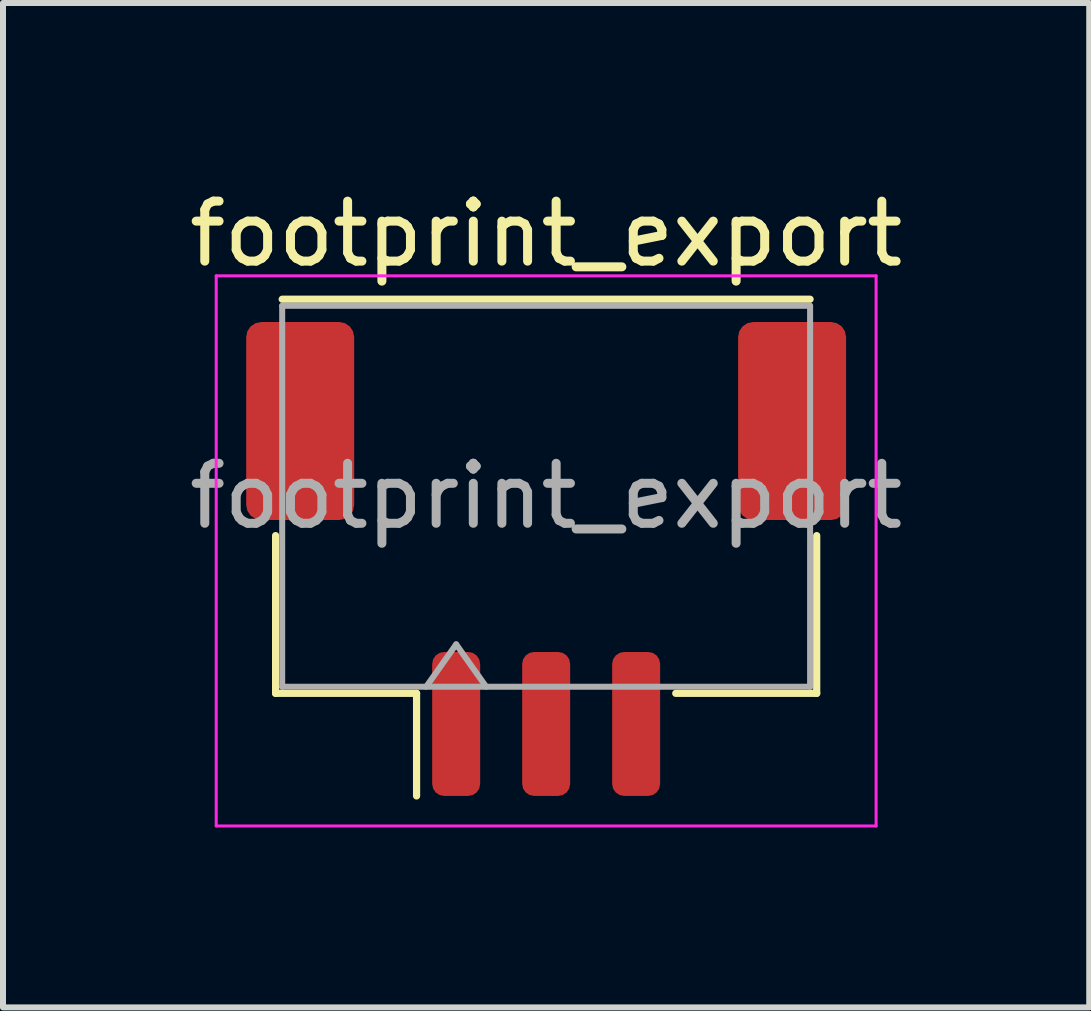
<source format=kicad_pcb>
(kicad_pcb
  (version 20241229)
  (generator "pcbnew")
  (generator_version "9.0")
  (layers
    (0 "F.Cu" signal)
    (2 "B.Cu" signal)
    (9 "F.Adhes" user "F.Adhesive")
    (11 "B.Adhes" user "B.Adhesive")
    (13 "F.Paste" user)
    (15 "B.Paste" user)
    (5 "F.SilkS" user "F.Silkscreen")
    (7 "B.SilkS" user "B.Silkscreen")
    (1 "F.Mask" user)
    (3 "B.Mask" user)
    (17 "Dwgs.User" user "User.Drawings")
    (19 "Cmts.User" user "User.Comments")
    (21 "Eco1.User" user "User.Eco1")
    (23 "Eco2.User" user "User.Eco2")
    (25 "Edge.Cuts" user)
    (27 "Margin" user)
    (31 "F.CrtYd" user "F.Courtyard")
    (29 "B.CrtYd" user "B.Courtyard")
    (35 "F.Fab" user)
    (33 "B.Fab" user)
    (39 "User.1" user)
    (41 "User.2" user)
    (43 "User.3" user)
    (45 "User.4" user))
  (footprint "footprint_export"
    (layer "F.Cu")
    (at 6.054 6.268)
    (property "Reference" "footprint_export" (at 0 -5.42 0) (layer "F.SilkS") (effects (font (size 1 1) (thickness 0.15))))
    (attr smd)
    (fp_line (start -4.51 -0.39) (end -4.51 2.24) (stroke (width 0.12) (type solid)) (layer "F.SilkS"))
    (fp_line (start -4.51 2.24) (end -2.16 2.24) (stroke (width 0.12) (type solid)) (layer "F.SilkS"))
    (fp_line (start -4.4 -4.33) (end 4.4 -4.33) (stroke (width 0.12) (type solid)) (layer "F.SilkS"))
    (fp_line (start -2.16 2.24) (end -2.16 3.95) (stroke (width 0.12) (type solid)) (layer "F.SilkS"))
    (fp_line (start 4.51 -0.39) (end 4.51 2.24) (stroke (width 0.12) (type solid)) (layer "F.SilkS"))
    (fp_line (start 4.51 2.24) (end 2.16 2.24) (stroke (width 0.12) (type solid)) (layer "F.SilkS"))
    (fp_line (start -5.5 -4.72) (end -5.5 4.45) (stroke (width 0.05) (type solid)) (layer "F.CrtYd"))
    (fp_line (start -5.5 4.45) (end 5.5 4.45) (stroke (width 0.05) (type solid)) (layer "F.CrtYd"))
    (fp_line (start 5.5 -4.72) (end -5.5 -4.72) (stroke (width 0.05) (type solid)) (layer "F.CrtYd"))
    (fp_line (start 5.5 4.45) (end 5.5 -4.72) (stroke (width 0.05) (type solid)) (layer "F.CrtYd"))
    (fp_line (start -4.4 -4.22) (end 4.4 -4.22) (stroke (width 0.1) (type solid)) (layer "F.Fab"))
    (fp_line (start -4.4 2.13) (end -4.4 -4.22) (stroke (width 0.1) (type solid)) (layer "F.Fab"))
    (fp_line (start -4.4 2.13) (end 4.4 2.13) (stroke (width 0.1) (type solid)) (layer "F.Fab"))
    (fp_line (start -2 2.13) (end -1.5 1.423) (stroke (width 0.1) (type solid)) (layer "F.Fab"))
    (fp_line (start -1.5 1.423) (end -1 2.13) (stroke (width 0.1) (type solid)) (layer "F.Fab"))
    (fp_line (start 4.4 2.13) (end 4.4 -4.22) (stroke (width 0.1) (type solid)) (layer "F.Fab"))
    (fp_text user "${REFERENCE}" (at 0 -1.05 0) (layer "F.Fab") (effects (font (size 1 1) (thickness 0.15))))
    (pad "1" smd roundrect (at -1.5 2.75) (size 0.8 2.4) (layers "F.Cu" "F.Mask" "F.Paste") (roundrect_rratio 0.25))
    (pad "2" smd roundrect (at 0 2.75) (size 0.8 2.4) (layers "F.Cu" "F.Mask" "F.Paste") (roundrect_rratio 0.25))
    (pad "3" smd roundrect (at 1.5 2.75) (size 0.8 2.4) (layers "F.Cu" "F.Mask" "F.Paste") (roundrect_rratio 0.25))
    (pad "MP" smd roundrect (at -4.1 -2.3) (size 1.8 3.3) (layers "F.Cu" "F.Mask" "F.Paste") (roundrect_rratio 0.139))
    (pad "MP" smd roundrect (at 4.1 -2.3) (size 1.8 3.3) (layers "F.Cu" "F.Mask" "F.Paste") (roundrect_rratio 0.139)))
  (gr_rect
    (start -3 -3)
    (end 15.107 13.743)
    (stroke (width 0.1) (type default))
    (fill no)
    (layer "Edge.Cuts")))
</source>
